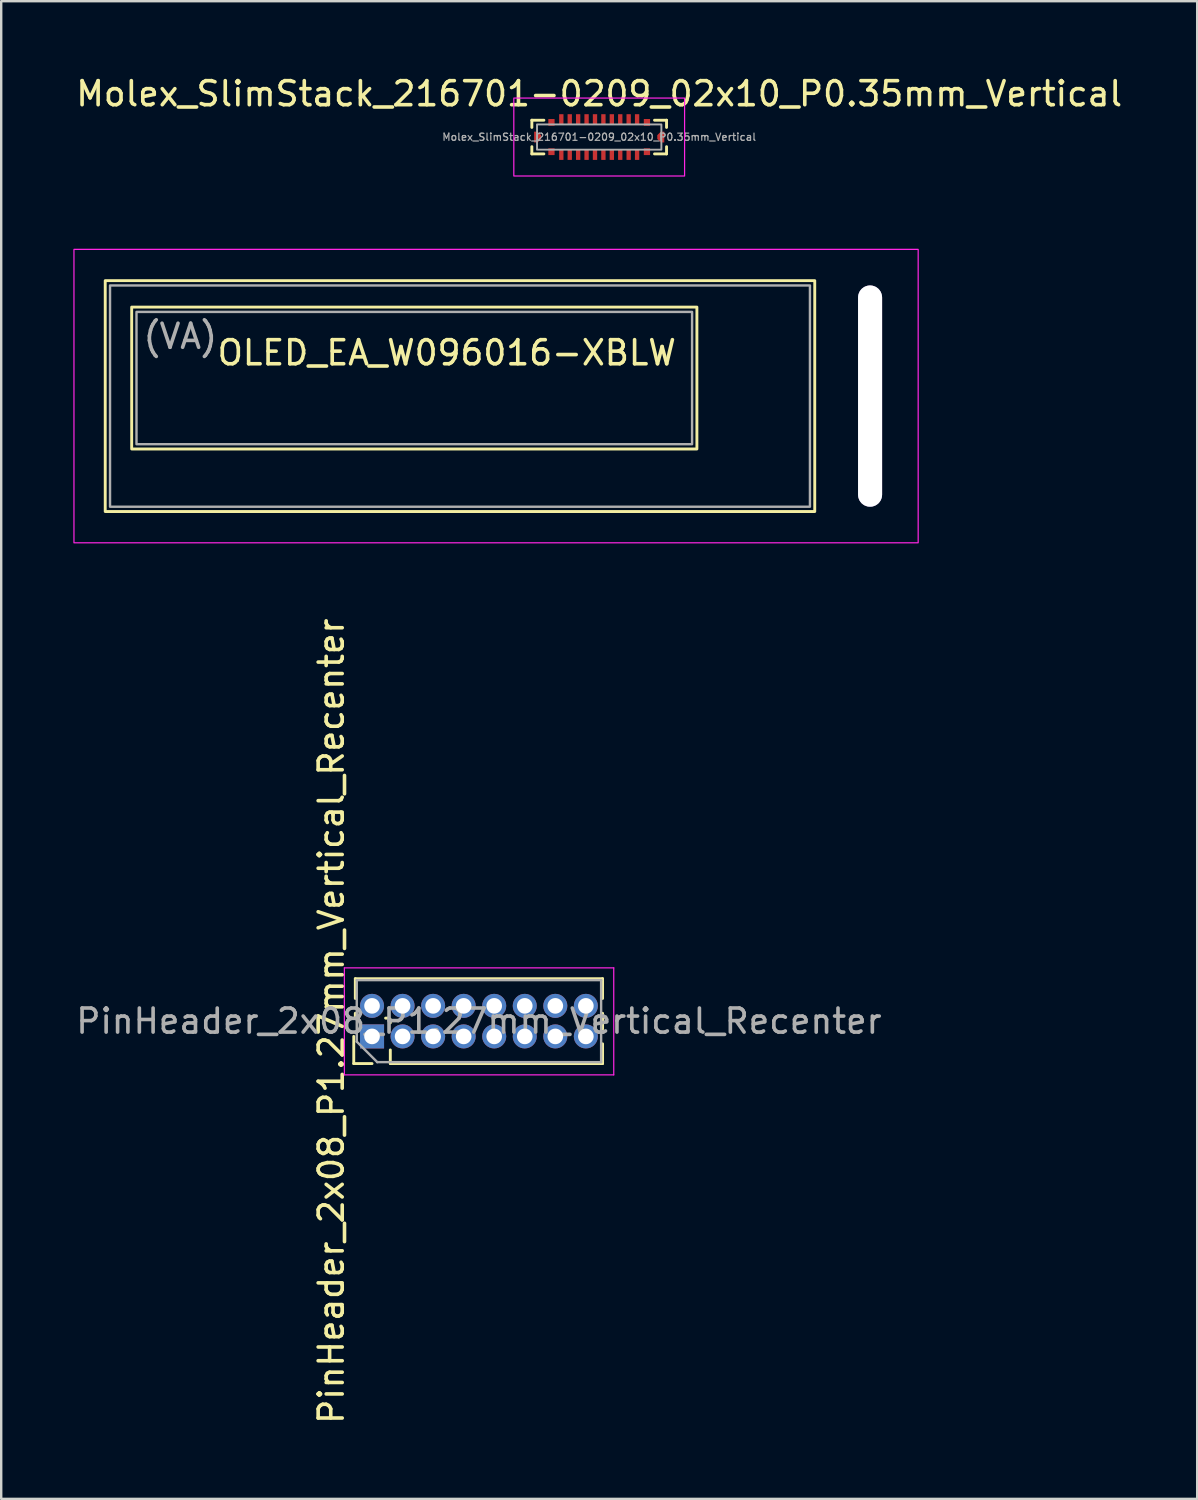
<source format=kicad_pcb>
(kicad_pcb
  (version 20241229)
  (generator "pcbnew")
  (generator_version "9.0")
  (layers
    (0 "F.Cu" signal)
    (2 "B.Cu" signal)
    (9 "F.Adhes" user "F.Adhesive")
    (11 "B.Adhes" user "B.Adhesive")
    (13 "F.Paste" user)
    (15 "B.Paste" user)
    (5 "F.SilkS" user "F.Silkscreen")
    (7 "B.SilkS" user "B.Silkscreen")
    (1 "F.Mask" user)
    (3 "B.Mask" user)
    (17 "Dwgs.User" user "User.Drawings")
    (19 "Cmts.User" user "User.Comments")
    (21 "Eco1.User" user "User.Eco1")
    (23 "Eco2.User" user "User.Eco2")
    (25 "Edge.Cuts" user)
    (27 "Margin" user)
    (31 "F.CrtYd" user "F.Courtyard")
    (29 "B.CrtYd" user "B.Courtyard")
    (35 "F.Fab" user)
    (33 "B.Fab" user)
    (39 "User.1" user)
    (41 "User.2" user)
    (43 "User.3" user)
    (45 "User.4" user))
  (footprint "Molex_SlimStack_216701-0209_02x10_P0.35mm_Vertical"
    (layer "F.Cu")
    (at 21.863 2.648)
    (property "Reference" "Molex_SlimStack_216701-0209_02x10_P0.35mm_Vertical" (at 0 -1.8 0) (unlocked yes) (layer "F.SilkS") (effects (font (size 1 1) (thickness 0.15))))
    (attr smd)
    (fp_line (start -2.8 -0.7) (end -2.8 -0.4) (stroke (width 0.12) (type solid)) (layer "F.SilkS"))
    (fp_line (start -2.8 0.4) (end -2.8 0.7) (stroke (width 0.12) (type solid)) (layer "F.SilkS"))
    (fp_line (start -2.8 0.7) (end -2.3 0.7) (stroke (width 0.12) (type solid)) (layer "F.SilkS"))
    (fp_line (start -2.3 -0.7) (end -2.8 -0.7) (stroke (width 0.12) (type solid)) (layer "F.SilkS"))
    (fp_line (start 2.3 -0.7) (end 2.8 -0.7) (stroke (width 0.12) (type solid)) (layer "F.SilkS"))
    (fp_line (start 2.8 -0.7) (end 2.8 -0.4) (stroke (width 0.12) (type solid)) (layer "F.SilkS"))
    (fp_line (start 2.8 0.4) (end 2.8 0.7) (stroke (width 0.12) (type solid)) (layer "F.SilkS"))
    (fp_line (start 2.8 0.7) (end 2.3 0.7) (stroke (width 0.12) (type solid)) (layer "F.SilkS"))
    (fp_rect (start -3.55 -1.62) (end 3.55 1.62) (stroke (width 0.05) (type solid)) (fill no) (layer "F.CrtYd"))
    (fp_rect (start -2.585 -0.525) (end 2.585 0.525) (stroke (width 0.08) (type solid)) (fill no) (layer "F.Fab"))
    (fp_text user "${REFERENCE}" (at 0 0 0) (unlocked yes) (layer "F.Fab") (effects (font (size 0.3 0.3) (thickness 0.05))))
    (pad "" smd roundrect (at -2.56 0) (size 0.29 0.45) (layers "F.Cu" "F.Mask" "F.Paste") (roundrect_rratio 0) (chamfer_ratio 0.5) (chamfer top_right bottom_right))
    (pad "" smd rect (at -1.985 -0.61) (size 0.26 0.28) (layers "F.Cu" "F.Mask" "F.Paste"))
    (pad "" smd rect (at -1.985 0.61) (size 0.26 0.28) (layers "F.Cu" "F.Mask" "F.Paste"))
    (pad "" smd rect (at 1.985 -0.61) (size 0.26 0.28) (layers "F.Cu" "F.Mask" "F.Paste"))
    (pad "" smd rect (at 1.985 0.61) (size 0.26 0.28) (layers "F.Cu" "F.Mask" "F.Paste"))
    (pad "" smd roundrect (at 2.56 0 180) (size 0.29 0.45) (layers "F.Cu" "F.Mask" "F.Paste") (roundrect_rratio 0) (chamfer_ratio 0.5) (chamfer top_right bottom_right))
    (pad "1" smd rect (at -1.575 -0.74) (size 0.18 0.42) (layers "F.Cu" "F.Mask" "F.Paste"))
    (pad "2" smd rect (at -1.575 0.74) (size 0.18 0.42) (layers "F.Cu" "F.Mask" "F.Paste"))
    (pad "3" smd rect (at -1.225 -0.74) (size 0.18 0.42) (layers "F.Cu" "F.Mask" "F.Paste"))
    (pad "4" smd rect (at -1.225 0.74) (size 0.18 0.42) (layers "F.Cu" "F.Mask" "F.Paste"))
    (pad "5" smd rect (at -0.875 -0.74) (size 0.18 0.42) (layers "F.Cu" "F.Mask" "F.Paste"))
    (pad "6" smd rect (at -0.875 0.74) (size 0.18 0.42) (layers "F.Cu" "F.Mask" "F.Paste"))
    (pad "7" smd rect (at -0.525 -0.74) (size 0.18 0.42) (layers "F.Cu" "F.Mask" "F.Paste"))
    (pad "8" smd rect (at -0.525 0.74) (size 0.18 0.42) (layers "F.Cu" "F.Mask" "F.Paste"))
    (pad "9" smd rect (at -0.175 -0.74) (size 0.18 0.42) (layers "F.Cu" "F.Mask" "F.Paste"))
    (pad "10" smd rect (at -0.175 0.74) (size 0.18 0.42) (layers "F.Cu" "F.Mask" "F.Paste"))
    (pad "11" smd rect (at 0.175 -0.74) (size 0.18 0.42) (layers "F.Cu" "F.Mask" "F.Paste"))
    (pad "12" smd rect (at 0.175 0.74) (size 0.18 0.42) (layers "F.Cu" "F.Mask" "F.Paste"))
    (pad "13" smd rect (at 0.525 -0.74) (size 0.18 0.42) (layers "F.Cu" "F.Mask" "F.Paste"))
    (pad "14" smd rect (at 0.525 0.74) (size 0.18 0.42) (layers "F.Cu" "F.Mask" "F.Paste"))
    (pad "15" smd rect (at 0.875 -0.74) (size 0.18 0.42) (layers "F.Cu" "F.Mask" "F.Paste"))
    (pad "16" smd rect (at 0.875 0.74) (size 0.18 0.42) (layers "F.Cu" "F.Mask" "F.Paste"))
    (pad "17" smd rect (at 1.225 -0.74) (size 0.18 0.42) (layers "F.Cu" "F.Mask" "F.Paste"))
    (pad "18" smd rect (at 1.225 0.74) (size 0.18 0.42) (layers "F.Cu" "F.Mask" "F.Paste"))
    (pad "19" smd rect (at 1.575 -0.74) (size 0.18 0.42) (layers "F.Cu" "F.Mask" "F.Paste"))
    (pad "20" smd rect (at 1.575 0.74) (size 0.18 0.42) (layers "F.Cu" "F.Mask" "F.Paste"))
    (zone (net_name "") (layer "F.Cu") (name "Solder Prohibited") (hatch edge 0.508) (connect_pads) (min_thickness 0.254) (filled_areas_thickness no) (keepout (tracks allowed) (vias not_allowed) (pads not_allowed) (copperpour allowed) (footprints allowed)) (placement (enabled no)) (fill) (polygon (pts (xy 20.413 2.448) (xy 20.153 2.448) (xy 20.153 2.118) (xy 20.413 2.118))))
    (zone (net_name "") (layer "F.Cu") (name "Solder Prohibited") (hatch edge 0.508) (connect_pads) (min_thickness 0.254) (filled_areas_thickness no) (keepout (tracks allowed) (vias not_allowed) (pads not_allowed) (copperpour allowed) (footprints allowed)) (placement (enabled no)) (fill) (polygon (pts (xy 20.413 3.178) (xy 20.153 3.178) (xy 20.153 2.848) (xy 20.413 2.848))))
    (zone (net_name "") (layer "F.Cu") (name "Solder Prohibited") (hatch edge 0.508) (connect_pads) (min_thickness 0.254) (filled_areas_thickness no) (keepout (tracks allowed) (vias not_allowed) (pads not_allowed) (copperpour allowed) (footprints allowed)) (placement (enabled no)) (fill) (polygon (pts (xy 20.763 2.448) (xy 20.503 2.448) (xy 20.503 2.118) (xy 20.763 2.118))))
    (zone (net_name "") (layer "F.Cu") (name "Solder Prohibited") (hatch edge 0.508) (connect_pads) (min_thickness 0.254) (filled_areas_thickness no) (keepout (tracks allowed) (vias not_allowed) (pads not_allowed) (copperpour allowed) (footprints allowed)) (placement (enabled no)) (fill) (polygon (pts (xy 20.763 3.178) (xy 20.503 3.178) (xy 20.503 2.848) (xy 20.763 2.848))))
    (zone (net_name "") (layer "F.Cu") (name "Solder Prohibited") (hatch edge 0.508) (connect_pads) (min_thickness 0.254) (filled_areas_thickness no) (keepout (tracks allowed) (vias not_allowed) (pads not_allowed) (copperpour allowed) (footprints allowed)) (placement (enabled no)) (fill) (polygon (pts (xy 21.113 2.448) (xy 20.853 2.448) (xy 20.853 2.118) (xy 21.113 2.118))))
    (zone (net_name "") (layer "F.Cu") (name "Solder Prohibited") (hatch edge 0.508) (connect_pads) (min_thickness 0.254) (filled_areas_thickness no) (keepout (tracks allowed) (vias not_allowed) (pads not_allowed) (copperpour allowed) (footprints allowed)) (placement (enabled no)) (fill) (polygon (pts (xy 21.113 3.178) (xy 20.853 3.178) (xy 20.853 2.848) (xy 21.113 2.848))))
    (zone (net_name "") (layer "F.Cu") (name "Solder Prohibited") (hatch edge 0.508) (connect_pads) (min_thickness 0.254) (filled_areas_thickness no) (keepout (tracks allowed) (vias not_allowed) (pads not_allowed) (copperpour allowed) (footprints allowed)) (placement (enabled no)) (fill) (polygon (pts (xy 21.463 2.448) (xy 21.203 2.448) (xy 21.203 2.118) (xy 21.463 2.118))))
    (zone (net_name "") (layer "F.Cu") (name "Solder Prohibited") (hatch edge 0.508) (connect_pads) (min_thickness 0.254) (filled_areas_thickness no) (keepout (tracks allowed) (vias not_allowed) (pads not_allowed) (copperpour allowed) (footprints allowed)) (placement (enabled no)) (fill) (polygon (pts (xy 21.463 3.178) (xy 21.203 3.178) (xy 21.203 2.848) (xy 21.463 2.848))))
    (zone (net_name "") (layer "F.Cu") (name "Solder Prohibited") (hatch edge 0.508) (connect_pads) (min_thickness 0.254) (filled_areas_thickness no) (keepout (tracks allowed) (vias not_allowed) (pads not_allowed) (copperpour allowed) (footprints allowed)) (placement (enabled no)) (fill) (polygon (pts (xy 21.813 2.448) (xy 21.553 2.448) (xy 21.553 2.118) (xy 21.813 2.118))))
    (zone (net_name "") (layer "F.Cu") (name "Solder Prohibited") (hatch edge 0.508) (connect_pads) (min_thickness 0.254) (filled_areas_thickness no) (keepout (tracks allowed) (vias not_allowed) (pads not_allowed) (copperpour allowed) (footprints allowed)) (placement (enabled no)) (fill) (polygon (pts (xy 21.813 3.178) (xy 21.553 3.178) (xy 21.553 2.848) (xy 21.813 2.848))))
    (zone (net_name "") (layer "F.Cu") (name "Solder Prohibited") (hatch edge 0.508) (connect_pads) (min_thickness 0.254) (filled_areas_thickness no) (keepout (tracks allowed) (vias not_allowed) (pads not_allowed) (copperpour allowed) (footprints allowed)) (placement (enabled no)) (fill) (polygon (pts (xy 22.163 2.448) (xy 21.903 2.448) (xy 21.903 2.118) (xy 22.163 2.118))))
    (zone (net_name "") (layer "F.Cu") (name "Solder Prohibited") (hatch edge 0.508) (connect_pads) (min_thickness 0.254) (filled_areas_thickness no) (keepout (tracks allowed) (vias not_allowed) (pads not_allowed) (copperpour allowed) (footprints allowed)) (placement (enabled no)) (fill) (polygon (pts (xy 22.163 3.178) (xy 21.903 3.178) (xy 21.903 2.848) (xy 22.163 2.848))))
    (zone (net_name "") (layer "F.Cu") (name "Solder Prohibited") (hatch edge 0.508) (connect_pads) (min_thickness 0.254) (filled_areas_thickness no) (keepout (tracks allowed) (vias not_allowed) (pads not_allowed) (copperpour allowed) (footprints allowed)) (placement (enabled no)) (fill) (polygon (pts (xy 22.513 2.448) (xy 22.253 2.448) (xy 22.253 2.118) (xy 22.513 2.118))))
    (zone (net_name "") (layer "F.Cu") (name "Solder Prohibited") (hatch edge 0.508) (connect_pads) (min_thickness 0.254) (filled_areas_thickness no) (keepout (tracks allowed) (vias not_allowed) (pads not_allowed) (copperpour allowed) (footprints allowed)) (placement (enabled no)) (fill) (polygon (pts (xy 22.513 3.178) (xy 22.253 3.178) (xy 22.253 2.848) (xy 22.513 2.848))))
    (zone (net_name "") (layer "F.Cu") (name "Solder Prohibited") (hatch edge 0.508) (connect_pads) (min_thickness 0.254) (filled_areas_thickness no) (keepout (tracks allowed) (vias not_allowed) (pads not_allowed) (copperpour allowed) (footprints allowed)) (placement (enabled no)) (fill) (polygon (pts (xy 22.863 2.448) (xy 22.603 2.448) (xy 22.603 2.118) (xy 22.863 2.118))))
    (zone (net_name "") (layer "F.Cu") (name "Solder Prohibited") (hatch edge 0.508) (connect_pads) (min_thickness 0.254) (filled_areas_thickness no) (keepout (tracks allowed) (vias not_allowed) (pads not_allowed) (copperpour allowed) (footprints allowed)) (placement (enabled no)) (fill) (polygon (pts (xy 22.863 3.178) (xy 22.603 3.178) (xy 22.603 2.848) (xy 22.863 2.848))))
    (zone (net_name "") (layer "F.Cu") (name "Solder Prohibited") (hatch edge 0.508) (connect_pads) (min_thickness 0.254) (filled_areas_thickness no) (keepout (tracks allowed) (vias not_allowed) (pads not_allowed) (copperpour allowed) (footprints allowed)) (placement (enabled no)) (fill) (polygon (pts (xy 23.213 2.448) (xy 22.953 2.448) (xy 22.953 2.118) (xy 23.213 2.118))))
    (zone (net_name "") (layer "F.Cu") (name "Solder Prohibited") (hatch edge 0.508) (connect_pads) (min_thickness 0.254) (filled_areas_thickness no) (keepout (tracks allowed) (vias not_allowed) (pads not_allowed) (copperpour allowed) (footprints allowed)) (placement (enabled no)) (fill) (polygon (pts (xy 23.213 3.178) (xy 22.953 3.178) (xy 22.953 2.848) (xy 23.213 2.848))))
    (zone (net_name "") (layer "F.Cu") (name "Solder Prohibited") (hatch edge 0.508) (connect_pads) (min_thickness 0.254) (filled_areas_thickness no) (keepout (tracks allowed) (vias not_allowed) (pads not_allowed) (copperpour allowed) (footprints allowed)) (placement (enabled no)) (fill) (polygon (pts (xy 23.563 2.448) (xy 23.303 2.448) (xy 23.303 2.118) (xy 23.563 2.118))))
    (zone (net_name "") (layer "F.Cu") (name "Solder Prohibited") (hatch edge 0.508) (connect_pads) (min_thickness 0.254) (filled_areas_thickness no) (keepout (tracks allowed) (vias not_allowed) (pads not_allowed) (copperpour allowed) (footprints allowed)) (placement (enabled no)) (fill) (polygon (pts (xy 23.563 3.178) (xy 23.303 3.178) (xy 23.303 2.848) (xy 23.563 2.848))))
    (zone (net_name "") (layer "F.Cu") (name "Solder Prohibited") (hatch edge 0.508) (connect_pads) (min_thickness 0.254) (filled_areas_thickness no) (keepout (tracks allowed) (vias not_allowed) (pads not_allowed) (copperpour allowed) (footprints allowed)) (placement (enabled no)) (fill) (polygon (pts (xy 20.013 1.898) (xy 19.153 1.898) (xy 19.153 3.398) (xy 20.013 3.398) (xy 20.013 3.768) (xy 18.833 3.768) (xy 18.833 1.528) (xy 20.013 1.528))))
    (zone (net_name "") (layer "F.Cu") (name "Solder Prohibited") (hatch edge 0.508) (connect_pads) (min_thickness 0.254) (filled_areas_thickness no) (keepout (tracks allowed) (vias not_allowed) (pads not_allowed) (copperpour allowed) (footprints allowed)) (placement (enabled no)) (fill) (polygon (pts (xy 23.713 3.398) (xy 24.573 3.398) (xy 24.573 1.898) (xy 23.713 1.898) (xy 23.713 1.528) (xy 24.893 1.528) (xy 24.893 3.768) (xy 23.713 3.768)))))
  (footprint "PinHeader_2x08_P1.27mm_Vertical_Recenter"
    (layer "F.Cu")
    (at 16.863 39.406)
    (property "Reference" "PinHeader_2x08_P1.27mm_Vertical_Recenter" (at -6.14 0 90) (layer "F.SilkS") (effects (font (size 1 1) (thickness 0.15))))
    (attr through_hole)
    (fp_line (start -5.205 1.765) (end -5.205 0.635) (stroke (width 0.12) (type solid)) (layer "F.SilkS"))
    (fp_line (start -5.14 -1.765) (end 5.14 -1.765) (stroke (width 0.12) (type solid)) (layer "F.SilkS"))
    (fp_line (start -5.14 -0.943) (end -5.14 -1.765) (stroke (width 0.12) (type solid)) (layer "F.SilkS"))
    (fp_line (start -5.14 -0.125) (end -5.14 -0.327) (stroke (width 0.12) (type solid)) (layer "F.SilkS"))
    (fp_line (start -5.008 -0.125) (end -5.14 -0.125) (stroke (width 0.12) (type solid)) (layer "F.SilkS"))
    (fp_line (start -4.445 1.765) (end -5.205 1.765) (stroke (width 0.12) (type solid)) (layer "F.SilkS"))
    (fp_line (start -3.738 -0.125) (end -3.882 -0.125) (stroke (width 0.12) (type solid)) (layer "F.SilkS"))
    (fp_line (start -3.685 0.072) (end -3.685 -0.072) (stroke (width 0.12) (type solid)) (layer "F.SilkS"))
    (fp_line (start -3.685 1.765) (end -3.685 1.198) (stroke (width 0.12) (type solid)) (layer "F.SilkS"))
    (fp_line (start -3.685 1.765) (end 5.14 1.765) (stroke (width 0.12) (type solid)) (layer "F.SilkS"))
    (fp_line (start 5.14 -0.943) (end 5.14 -1.765) (stroke (width 0.12) (type solid)) (layer "F.SilkS"))
    (fp_line (start 5.14 0.327) (end 5.14 -0.327) (stroke (width 0.12) (type solid)) (layer "F.SilkS"))
    (fp_line (start 5.14 1.765) (end 5.14 0.943) (stroke (width 0.12) (type solid)) (layer "F.SilkS"))
    (fp_line (start -5.595 -2.215) (end -5.595 2.235) (stroke (width 0.05) (type solid)) (layer "F.CrtYd"))
    (fp_line (start -5.595 2.235) (end 5.605 2.235) (stroke (width 0.05) (type solid)) (layer "F.CrtYd"))
    (fp_line (start 5.605 -2.215) (end -5.595 -2.215) (stroke (width 0.05) (type solid)) (layer "F.CrtYd"))
    (fp_line (start 5.605 2.235) (end 5.605 -2.215) (stroke (width 0.05) (type solid)) (layer "F.CrtYd"))
    (fp_line (start -5.08 -1.705) (end 5.08 -1.705) (stroke (width 0.1) (type solid)) (layer "F.Fab"))
    (fp_line (start -5.08 0.853) (end -5.08 -1.705) (stroke (width 0.1) (type solid)) (layer "F.Fab"))
    (fp_line (start -4.228 1.705) (end -5.08 0.853) (stroke (width 0.1) (type solid)) (layer "F.Fab"))
    (fp_line (start 5.08 -1.705) (end 5.08 1.705) (stroke (width 0.1) (type solid)) (layer "F.Fab"))
    (fp_line (start 5.08 1.705) (end -4.228 1.705) (stroke (width 0.1) (type solid)) (layer "F.Fab"))
    (fp_text user "${REFERENCE}" (at 0 0 180) (layer "F.Fab") (effects (font (size 1 1) (thickness 0.15))))
    (pad "1" thru_hole rect (at -4.445 0.635 90) (size 1 1) (drill 0.65) (layers "*.Cu" "*.Mask"))
    (pad "2" thru_hole oval (at -4.445 -0.635 90) (size 1 1) (drill 0.65) (layers "*.Cu" "*.Mask"))
    (pad "3" thru_hole oval (at -3.175 0.635 90) (size 1 1) (drill 0.65) (layers "*.Cu" "*.Mask"))
    (pad "4" thru_hole oval (at -3.175 -0.635 90) (size 1 1) (drill 0.65) (layers "*.Cu" "*.Mask"))
    (pad "5" thru_hole oval (at -1.905 0.635 90) (size 1 1) (drill 0.65) (layers "*.Cu" "*.Mask"))
    (pad "6" thru_hole oval (at -1.905 -0.635 90) (size 1 1) (drill 0.65) (layers "*.Cu" "*.Mask"))
    (pad "7" thru_hole oval (at -0.635 0.635 90) (size 1 1) (drill 0.65) (layers "*.Cu" "*.Mask"))
    (pad "8" thru_hole oval (at -0.635 -0.635 90) (size 1 1) (drill 0.65) (layers "*.Cu" "*.Mask"))
    (pad "9" thru_hole oval (at 0.635 0.635 90) (size 1 1) (drill 0.65) (layers "*.Cu" "*.Mask"))
    (pad "10" thru_hole oval (at 0.635 -0.635 90) (size 1 1) (drill 0.65) (layers "*.Cu" "*.Mask"))
    (pad "11" thru_hole oval (at 1.905 0.635 90) (size 1 1) (drill 0.65) (layers "*.Cu" "*.Mask"))
    (pad "12" thru_hole oval (at 1.905 -0.635 90) (size 1 1) (drill 0.65) (layers "*.Cu" "*.Mask"))
    (pad "13" thru_hole oval (at 3.175 0.635 90) (size 1 1) (drill 0.65) (layers "*.Cu" "*.Mask"))
    (pad "14" thru_hole oval (at 3.175 -0.635 90) (size 1 1) (drill 0.65) (layers "*.Cu" "*.Mask"))
    (pad "15" thru_hole oval (at 4.445 0.635 90) (size 1 1) (drill 0.65) (layers "*.Cu" "*.Mask"))
    (pad "16" thru_hole oval (at 4.445 -0.635 90) (size 1 1) (drill 0.65) (layers "*.Cu" "*.Mask")))
  (footprint "OLED_EA_W096016-XBLW"
    (layer "F.Cu")
    (at 2.625 15.418)
    (property "Reference" "OLED_EA_W096016-XBLW" (at 12.9 -3.8 0) (unlocked yes) (layer "F.SilkS") (effects (font (size 1 1) (thickness 0.15))))
    (attr board_only exclude_from_pos_files exclude_from_bom)
    (fp_rect (start -1.3 -6.8) (end 28.2 2.8) (stroke (width 0.12) (type default)) (fill no) (layer "F.SilkS"))
    (fp_rect (start -0.2 -5.7) (end 23.3 0.2) (stroke (width 0.12) (type default)) (fill no) (layer "F.SilkS"))
    (fp_rect (start -2.6 -8.1) (end 32.5 4.1) (stroke (width 0.05) (type default)) (fill no) (layer "F.CrtYd"))
    (fp_rect (start -1.1 -6.6) (end 28 2.6) (stroke (width 0.1) (type default)) (fill no) (layer "F.Fab"))
    (fp_rect (start 0 0) (end 23.1 -5.5) (stroke (width 0.1) (type default)) (fill no) (layer "F.Fab"))
    (fp_text user "(VA)" (at 0.2 -3.9 0) (unlocked yes) (layer "F.Fab") (effects (font (size 1 1) (thickness 0.15)) (justify left bottom)))
    (pad "" np_thru_hole roundrect (at 30.5 -2) (size 1 9.2) (drill oval 1 9.2) (layers "*.Cu" "*.Mask") (roundrect_rratio 0.5)))
  (gr_rect
    (start -3 -3)
    (end 46.726 59.269)
    (stroke (width 0.1) (type default))
    (fill no)
    (layer "Edge.Cuts")))
</source>
